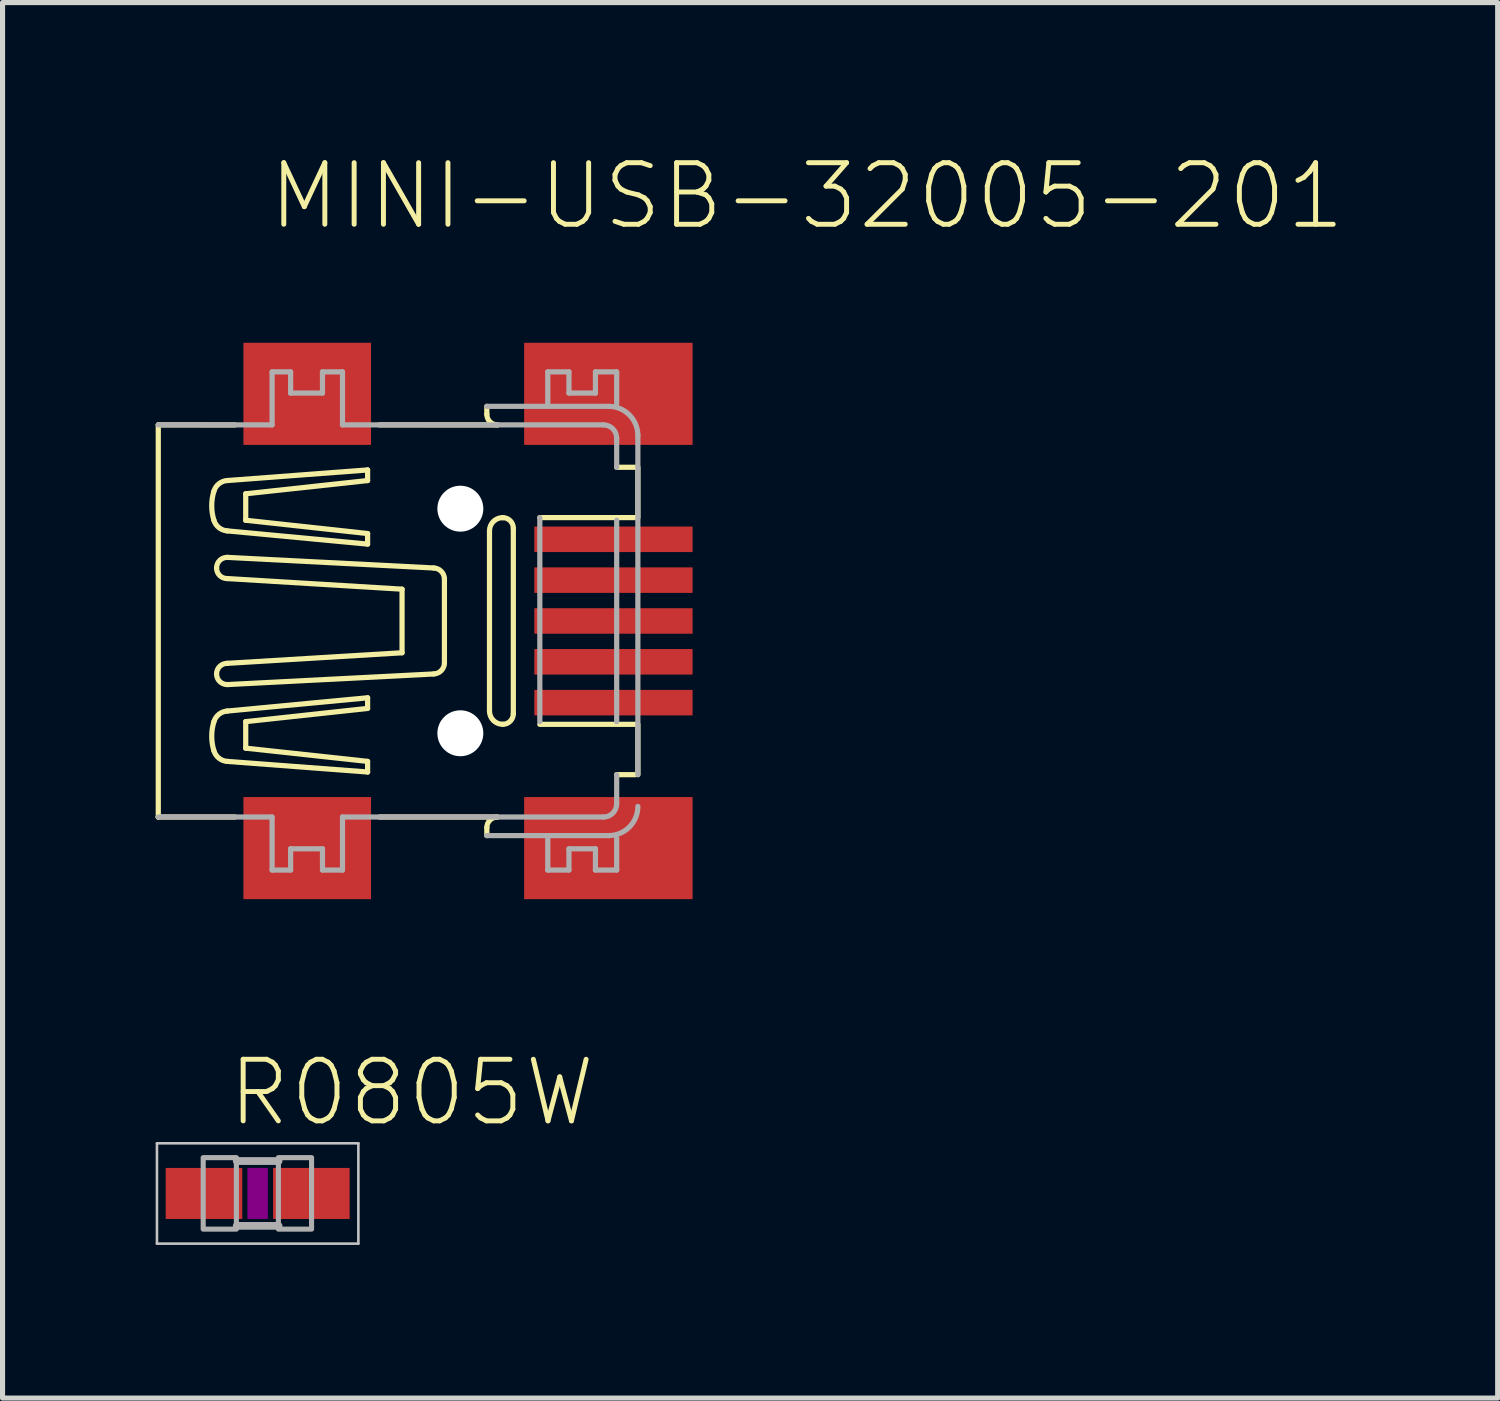
<source format=kicad_pcb>
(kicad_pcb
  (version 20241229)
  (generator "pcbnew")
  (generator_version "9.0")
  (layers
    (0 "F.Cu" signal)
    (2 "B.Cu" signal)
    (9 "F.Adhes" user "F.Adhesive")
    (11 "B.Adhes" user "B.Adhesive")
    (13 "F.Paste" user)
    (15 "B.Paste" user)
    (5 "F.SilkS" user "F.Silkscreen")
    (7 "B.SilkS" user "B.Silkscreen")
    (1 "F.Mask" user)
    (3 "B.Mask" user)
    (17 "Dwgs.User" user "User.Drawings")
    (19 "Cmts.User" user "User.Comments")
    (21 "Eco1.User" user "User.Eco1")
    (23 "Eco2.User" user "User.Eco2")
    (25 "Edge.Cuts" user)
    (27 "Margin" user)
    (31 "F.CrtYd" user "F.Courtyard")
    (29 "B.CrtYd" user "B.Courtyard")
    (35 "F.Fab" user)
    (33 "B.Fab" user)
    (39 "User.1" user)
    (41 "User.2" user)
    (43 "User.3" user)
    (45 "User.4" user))
  (footprint "R0805W"
    (layer "F.Cu")
    (at 1.998 20.332)
    (property "Reference" "R0805W" (at -0.635 -1.27 0) (layer "F.SilkS") (effects (font (size 1.206 1.206) (thickness 0.097)) (justify left bottom)))
    (attr through_hole)
    (fp_poly (pts (xy -0.2 0.5) (xy 0.2 0.5) (xy 0.2 -0.5) (xy -0.2 -0.5)) (stroke (width 0) (type solid)) (fill yes) (layer "F.Adhes"))
    (fp_line (start -1.973 -0.983) (end 1.973 -0.983) (stroke (width 0.051) (type solid)) (layer "Dwgs.User"))
    (fp_line (start -1.973 0.983) (end -1.973 -0.983) (stroke (width 0.051) (type solid)) (layer "Dwgs.User"))
    (fp_line (start 1.973 -0.983) (end 1.973 0.983) (stroke (width 0.051) (type solid)) (layer "Dwgs.User"))
    (fp_line (start 1.973 0.983) (end -1.973 0.983) (stroke (width 0.051) (type solid)) (layer "Dwgs.User"))
    (fp_line (start -0.41 -0.635) (end 0.41 -0.635) (stroke (width 0.152) (type solid)) (layer "F.Fab"))
    (fp_line (start -0.41 0.635) (end 0.41 0.635) (stroke (width 0.152) (type solid)) (layer "F.Fab"))
    (fp_poly (pts (xy -1.067 0.699) (xy -0.417 0.699) (xy -0.417 -0.702) (xy -1.067 -0.702)) (stroke (width 0.1) (type solid)) (fill no) (layer "F.Fab"))
    (fp_poly (pts (xy 0.406 0.699) (xy 1.056 0.699) (xy 1.056 -0.702) (xy 0.406 -0.702)) (stroke (width 0.1) (type solid)) (fill no) (layer "F.Fab"))
    (pad "1" smd rect (at -1.052 0) (size 1.5 1) (layers "F.Cu" "F.Mask" "F.Paste"))
    (pad "2" smd rect (at 1.052 0) (size 1.5 1) (layers "F.Cu" "F.Mask" "F.Paste")))
  (footprint "MINI-USB-32005-201"
    (layer "F.Cu")
    (at 5.969 9.116)
    (property "Reference" "MINI-USB-32005-201" (at -3.81 -7.62 180) (layer "F.SilkS") (effects (font (size 1.206 1.206) (thickness 0.097)) (justify left bottom)))
    (attr through_hole)
    (fp_line (start -5.918 -3.842) (end -4.415 -3.841) (stroke (width 0.102) (type solid)) (layer "F.SilkS"))
    (fp_line (start -5.918 3.841) (end -5.918 -3.842) (stroke (width 0.102) (type solid)) (layer "F.SilkS"))
    (fp_line (start -5.918 3.841) (end -4.415 3.841) (stroke (width 0.102) (type solid)) (layer "F.SilkS"))
    (fp_line (start -5.918 3.841) (end -5.918 3.841) (stroke (width 0.102) (type solid)) (layer "F.SilkS"))
    (fp_line (start -4.776 -1.038) (end -4.776 -1.038) (stroke (width 0.102) (type solid)) (layer "F.SilkS"))
    (fp_line (start -4.569 -1.765) (end -1.817 -1.506) (stroke (width 0.102) (type solid)) (layer "F.SilkS"))
    (fp_line (start -4.569 -0.831) (end -1.142 -0.623) (stroke (width 0.102) (type solid)) (layer "F.SilkS"))
    (fp_line (start -4.569 0.83) (end -1.142 0.623) (stroke (width 0.102) (type solid)) (layer "F.SilkS"))
    (fp_line (start -4.569 1.765) (end -1.817 1.505) (stroke (width 0.102) (type solid)) (layer "F.SilkS"))
    (fp_line (start -4.568 -1.246) (end -0.519 -1.038) (stroke (width 0.102) (type solid)) (layer "F.SilkS"))
    (fp_line (start -4.568 1.246) (end -0.519 1.038) (stroke (width 0.102) (type solid)) (layer "F.SilkS"))
    (fp_line (start -4.205 -2.492) (end -1.817 -2.751) (stroke (width 0.102) (type solid)) (layer "F.SilkS"))
    (fp_line (start -4.205 -1.973) (end -4.205 -2.492) (stroke (width 0.102) (type solid)) (layer "F.SilkS"))
    (fp_line (start -4.205 1.972) (end -4.205 2.492) (stroke (width 0.102) (type solid)) (layer "F.SilkS"))
    (fp_line (start -4.205 2.492) (end -1.817 2.751) (stroke (width 0.102) (type solid)) (layer "F.SilkS"))
    (fp_line (start -1.817 -2.959) (end -4.569 -2.751) (stroke (width 0.102) (type solid)) (layer "F.SilkS"))
    (fp_line (start -1.817 -2.751) (end -1.817 -2.959) (stroke (width 0.102) (type solid)) (layer "F.SilkS"))
    (fp_line (start -1.817 -1.713) (end -4.205 -1.973) (stroke (width 0.102) (type solid)) (layer "F.SilkS"))
    (fp_line (start -1.817 -1.506) (end -1.817 -1.713) (stroke (width 0.102) (type solid)) (layer "F.SilkS"))
    (fp_line (start -1.817 1.505) (end -1.817 1.713) (stroke (width 0.102) (type solid)) (layer "F.SilkS"))
    (fp_line (start -1.817 1.713) (end -4.205 1.972) (stroke (width 0.102) (type solid)) (layer "F.SilkS"))
    (fp_line (start -1.817 2.751) (end -1.817 2.959) (stroke (width 0.102) (type solid)) (layer "F.SilkS"))
    (fp_line (start -1.817 2.959) (end -4.569 2.751) (stroke (width 0.102) (type solid)) (layer "F.SilkS"))
    (fp_line (start -1.583 3.841) (end 0.727 3.841) (stroke (width 0.102) (type solid)) (layer "F.SilkS"))
    (fp_line (start -1.583 -3.842) (end 0.727 -3.842) (stroke (width 0.102) (type solid)) (layer "F.SilkS"))
    (fp_line (start -1.142 0.623) (end -1.142 -0.623) (stroke (width 0.102) (type solid)) (layer "F.SilkS"))
    (fp_line (start -0.312 0.83) (end -0.312 -0.831) (stroke (width 0.102) (type solid)) (layer "F.SilkS"))
    (fp_line (start 0.519 -4.049) (end 0.519 -4.205) (stroke (width 0.102) (type solid)) (layer "F.SilkS"))
    (fp_line (start 0.519 4.049) (end 0.519 4.205) (stroke (width 0.102) (type solid)) (layer "F.SilkS"))
    (fp_line (start 0.571 -1.765) (end 0.571 1.765) (stroke (width 0.102) (type solid)) (layer "F.SilkS"))
    (fp_line (start 0.831 -2.025) (end 0.83 -2.025) (stroke (width 0.102) (type solid)) (layer "F.SilkS"))
    (fp_line (start 1.038 1.817) (end 1.038 -1.817) (stroke (width 0.102) (type solid)) (layer "F.SilkS"))
    (fp_line (start 1.557 -2.025) (end 3.426 -2.025) (stroke (width 0.102) (type solid)) (layer "F.SilkS"))
    (fp_line (start 1.557 2.025) (end 3.426 2.025) (stroke (width 0.102) (type solid)) (layer "F.SilkS"))
    (fp_line (start 3.063 -3.011) (end 3.426 -3.011) (stroke (width 0.102) (type solid)) (layer "F.SilkS"))
    (fp_line (start 3.063 3.011) (end 3.426 3.011) (stroke (width 0.102) (type solid)) (layer "F.SilkS"))
    (fp_line (start 3.478 2.025) (end 3.478 3.011) (stroke (width 0.102) (type solid)) (layer "F.SilkS"))
    (fp_line (start 3.478 -3.011) (end 3.478 -2.025) (stroke (width 0.102) (type solid)) (layer "F.SilkS"))
    (fp_arc (start -4.828 -2.5438) (mid -4.730297 -2.687659) (end -4.5685 -2.7514) (stroke (width 0.1016) (type solid)) (layer "F.SilkS"))
    (fp_arc (start -4.828 -1.9727) (mid -4.870802 -2.25825) (end -4.828 -2.5438) (stroke (width 0.1016) (type solid)) (layer "F.SilkS"))
    (fp_arc (start -4.828 1.9725) (mid -4.730298 1.828641) (end -4.568501 1.764899) (stroke (width 0.1016) (type solid)) (layer "F.SilkS"))
    (fp_arc (start -4.828 2.5436) (mid -4.870802 2.25805) (end -4.828 1.9725) (stroke (width 0.1016) (type solid)) (layer "F.SilkS"))
    (fp_arc (start -4.7761 -1.0383) (mid -4.715295 -1.185095) (end -4.5685 -1.2459) (stroke (width 0.1016) (type solid)) (layer "F.SilkS"))
    (fp_arc (start -4.7761 1.038) (mid -4.715295 0.891205) (end -4.5685 0.8304) (stroke (width 0.1016) (type solid)) (layer "F.SilkS"))
    (fp_arc (start -4.568501 -1.765099) (mid -4.730298 -1.828841) (end -4.828 -1.9727) (stroke (width 0.1016) (type solid)) (layer "F.SilkS"))
    (fp_arc (start -4.5685 -0.8306) (mid -4.715295 -0.891405) (end -4.7761 -1.0382) (stroke (width 0.1016) (type solid)) (layer "F.SilkS"))
    (fp_arc (start -4.5685 1.2457) (mid -4.715295 1.184895) (end -4.7761 1.0381) (stroke (width 0.1016) (type solid)) (layer "F.SilkS"))
    (fp_arc (start -4.5685 2.7512) (mid -4.730297 2.687459) (end -4.828 2.5436) (stroke (width 0.1016) (type solid)) (layer "F.SilkS"))
    (fp_arc (start -0.5192 -1.0383) (mid -0.375653 -0.974177) (end -0.311598 -0.8306) (stroke (width 0.1016) (type solid)) (layer "F.SilkS"))
    (fp_arc (start -0.311599 0.830399) (mid -0.375679 0.973951) (end -0.5192 1.0381) (stroke (width 0.1016) (type solid)) (layer "F.SilkS"))
    (fp_arc (start 0.519 4.049) (mid 0.579805 3.902205) (end 0.7266 3.8414) (stroke (width 0.1016) (type solid)) (layer "F.SilkS"))
    (fp_arc (start 0.570899 -1.765099) (mid 0.646934 -1.948565) (end 0.8304 -2.0246) (stroke (width 0.1016) (type solid)) (layer "F.SilkS"))
    (fp_arc (start 0.7266 -3.8416) (mid 0.579805 -3.902405) (end 0.519 -4.0492) (stroke (width 0.1016) (type solid)) (layer "F.SilkS"))
    (fp_arc (start 0.8304 2.0244) (mid 0.646993 1.948306) (end 0.570899 1.764899) (stroke (width 0.1016) (type solid)) (layer "F.SilkS"))
    (fp_arc (start 0.8305 -2.0246) (mid 0.977325 -1.963825) (end 1.0381 -1.817) (stroke (width 0.1016) (type solid)) (layer "F.SilkS"))
    (fp_arc (start 1.0381 1.8168) (mid 0.977325 1.963625) (end 0.8305 2.0244) (stroke (width 0.1016) (type solid)) (layer "F.SilkS"))
    (fp_line (start -5.918 -3.842) (end -3.688 -3.842) (stroke (width 0.102) (type solid)) (layer "F.Fab"))
    (fp_line (start -5.918 3.841) (end -3.688 3.841) (stroke (width 0.102) (type solid)) (layer "F.Fab"))
    (fp_line (start -3.688 -4.88) (end -3.325 -4.88) (stroke (width 0.102) (type solid)) (layer "F.Fab"))
    (fp_line (start -3.688 -3.842) (end -3.688 -4.88) (stroke (width 0.102) (type solid)) (layer "F.Fab"))
    (fp_line (start -3.688 3.841) (end -3.688 4.88) (stroke (width 0.102) (type solid)) (layer "F.Fab"))
    (fp_line (start -3.688 4.88) (end -3.325 4.88) (stroke (width 0.102) (type solid)) (layer "F.Fab"))
    (fp_line (start -3.325 -4.88) (end -3.325 -4.465) (stroke (width 0.102) (type solid)) (layer "F.Fab"))
    (fp_line (start -3.325 -4.465) (end -2.701 -4.465) (stroke (width 0.102) (type solid)) (layer "F.Fab"))
    (fp_line (start -3.325 4.464) (end -2.701 4.464) (stroke (width 0.102) (type solid)) (layer "F.Fab"))
    (fp_line (start -3.325 4.88) (end -3.325 4.464) (stroke (width 0.102) (type solid)) (layer "F.Fab"))
    (fp_line (start -2.701 -4.88) (end -2.309 -4.88) (stroke (width 0.102) (type solid)) (layer "F.Fab"))
    (fp_line (start -2.701 -4.465) (end -2.701 -4.88) (stroke (width 0.102) (type solid)) (layer "F.Fab"))
    (fp_line (start -2.701 4.464) (end -2.701 4.88) (stroke (width 0.102) (type solid)) (layer "F.Fab"))
    (fp_line (start -2.701 4.88) (end -2.309 4.88) (stroke (width 0.102) (type solid)) (layer "F.Fab"))
    (fp_line (start -2.309 -4.88) (end -2.309 -3.842) (stroke (width 0.102) (type solid)) (layer "F.Fab"))
    (fp_line (start -2.309 -3.842) (end 0.727 -3.841) (stroke (width 0.102) (type solid)) (layer "F.Fab"))
    (fp_line (start -2.309 3.841) (end 2.803 3.841) (stroke (width 0.102) (type solid)) (layer "F.Fab"))
    (fp_line (start -2.309 4.88) (end -2.309 3.841) (stroke (width 0.102) (type solid)) (layer "F.Fab"))
    (fp_line (start 0.519 -4.205) (end 2.907 -4.205) (stroke (width 0.102) (type solid)) (layer "F.Fab"))
    (fp_line (start 0.519 4.205) (end 2.907 4.205) (stroke (width 0.102) (type solid)) (layer "F.Fab"))
    (fp_line (start 1.557 1.972) (end 1.557 -2.025) (stroke (width 0.102) (type solid)) (layer "F.Fab"))
    (fp_line (start 1.713 -4.88) (end 2.128 -4.88) (stroke (width 0.102) (type solid)) (layer "F.Fab"))
    (fp_line (start 1.713 -4.257) (end 1.713 -4.88) (stroke (width 0.102) (type solid)) (layer "F.Fab"))
    (fp_line (start 1.713 4.257) (end 1.713 4.88) (stroke (width 0.102) (type solid)) (layer "F.Fab"))
    (fp_line (start 1.713 4.88) (end 2.128 4.88) (stroke (width 0.102) (type solid)) (layer "F.Fab"))
    (fp_line (start 2.128 -4.88) (end 2.128 -4.465) (stroke (width 0.102) (type solid)) (layer "F.Fab"))
    (fp_line (start 2.128 -4.465) (end 2.647 -4.465) (stroke (width 0.102) (type solid)) (layer "F.Fab"))
    (fp_line (start 2.128 4.464) (end 2.647 4.464) (stroke (width 0.102) (type solid)) (layer "F.Fab"))
    (fp_line (start 2.128 4.88) (end 2.128 4.464) (stroke (width 0.102) (type solid)) (layer "F.Fab"))
    (fp_line (start 2.647 -4.88) (end 3.063 -4.88) (stroke (width 0.102) (type solid)) (layer "F.Fab"))
    (fp_line (start 2.647 -4.465) (end 2.647 -4.88) (stroke (width 0.102) (type solid)) (layer "F.Fab"))
    (fp_line (start 2.647 4.464) (end 2.647 4.88) (stroke (width 0.102) (type solid)) (layer "F.Fab"))
    (fp_line (start 2.647 4.88) (end 3.063 4.88) (stroke (width 0.102) (type solid)) (layer "F.Fab"))
    (fp_line (start 2.803 -3.842) (end 0.727 -3.842) (stroke (width 0.102) (type solid)) (layer "F.Fab"))
    (fp_line (start 3.063 -4.88) (end 3.063 -4.257) (stroke (width 0.102) (type solid)) (layer "F.Fab"))
    (fp_line (start 3.063 -3.582) (end 3.063 -3.011) (stroke (width 0.102) (type solid)) (layer "F.Fab"))
    (fp_line (start 3.063 1.973) (end 3.063 -1.973) (stroke (width 0.102) (type solid)) (layer "F.Fab"))
    (fp_line (start 3.063 3.582) (end 3.063 3.011) (stroke (width 0.102) (type solid)) (layer "F.Fab"))
    (fp_line (start 3.063 4.88) (end 3.063 4.257) (stroke (width 0.102) (type solid)) (layer "F.Fab"))
    (fp_line (start 3.478 -3.634) (end 3.478 3.011) (stroke (width 0.102) (type solid)) (layer "F.Fab"))
    (fp_arc (start 2.8032 -3.8416) (mid 2.986694 -3.765594) (end 3.0627 -3.5821) (stroke (width 0.1016) (type solid)) (layer "F.Fab"))
    (fp_arc (start 2.907 -4.205) (mid 3.310829 -4.037729) (end 3.4781 -3.6339) (stroke (width 0.1016) (type solid)) (layer "F.Fab"))
    (fp_arc (start 3.0627 3.5819) (mid 2.986724 3.765424) (end 2.8032 3.8414) (stroke (width 0.1016) (type solid)) (layer "F.Fab"))
    (fp_arc (start 3.4781 3.6337) (mid 3.310858 4.037558) (end 2.907 4.2048) (stroke (width 0.1016) (type solid)) (layer "F.Fab"))
    (pad "" np_thru_hole circle (at 0 -2.2) (size 0.9 0.9) (drill 0.9) (layers "*.Cu" "*.Mask"))
    (pad "" np_thru_hole circle (at 0 2.2) (size 0.9 0.9) (drill 0.9) (layers "*.Cu" "*.Mask"))
    (pad "1" smd rect (at 3 -1.6) (size 3.1 0.5) (layers "F.Cu" "F.Mask" "F.Paste"))
    (pad "2" smd rect (at 3 -0.8) (size 3.1 0.5) (layers "F.Cu" "F.Mask" "F.Paste"))
    (pad "3" smd rect (at 3 0) (size 3.1 0.5) (layers "F.Cu" "F.Mask" "F.Paste"))
    (pad "4" smd rect (at 3 0.8) (size 3.1 0.5) (layers "F.Cu" "F.Mask" "F.Paste"))
    (pad "5" smd rect (at 3 1.6) (size 3.1 0.5) (layers "F.Cu" "F.Mask" "F.Paste"))
    (pad "M1" smd rect (at -3 4.45) (size 2.5 2) (layers "F.Cu" "F.Mask" "F.Paste"))
    (pad "M2" smd rect (at -3 -4.45) (size 2.5 2) (layers "F.Cu" "F.Mask" "F.Paste"))
    (pad "M3" smd rect (at 2.9 -4.45) (size 3.3 2) (layers "F.Cu" "F.Mask" "F.Paste"))
    (pad "M4" smd rect (at 2.9 4.45) (size 3.3 2) (layers "F.Cu" "F.Mask" "F.Paste")))
  (gr_rect
    (start -3 -3)
    (end 26.292 24.341)
    (stroke (width 0.1) (type default))
    (fill no)
    (layer "Edge.Cuts")))
</source>
